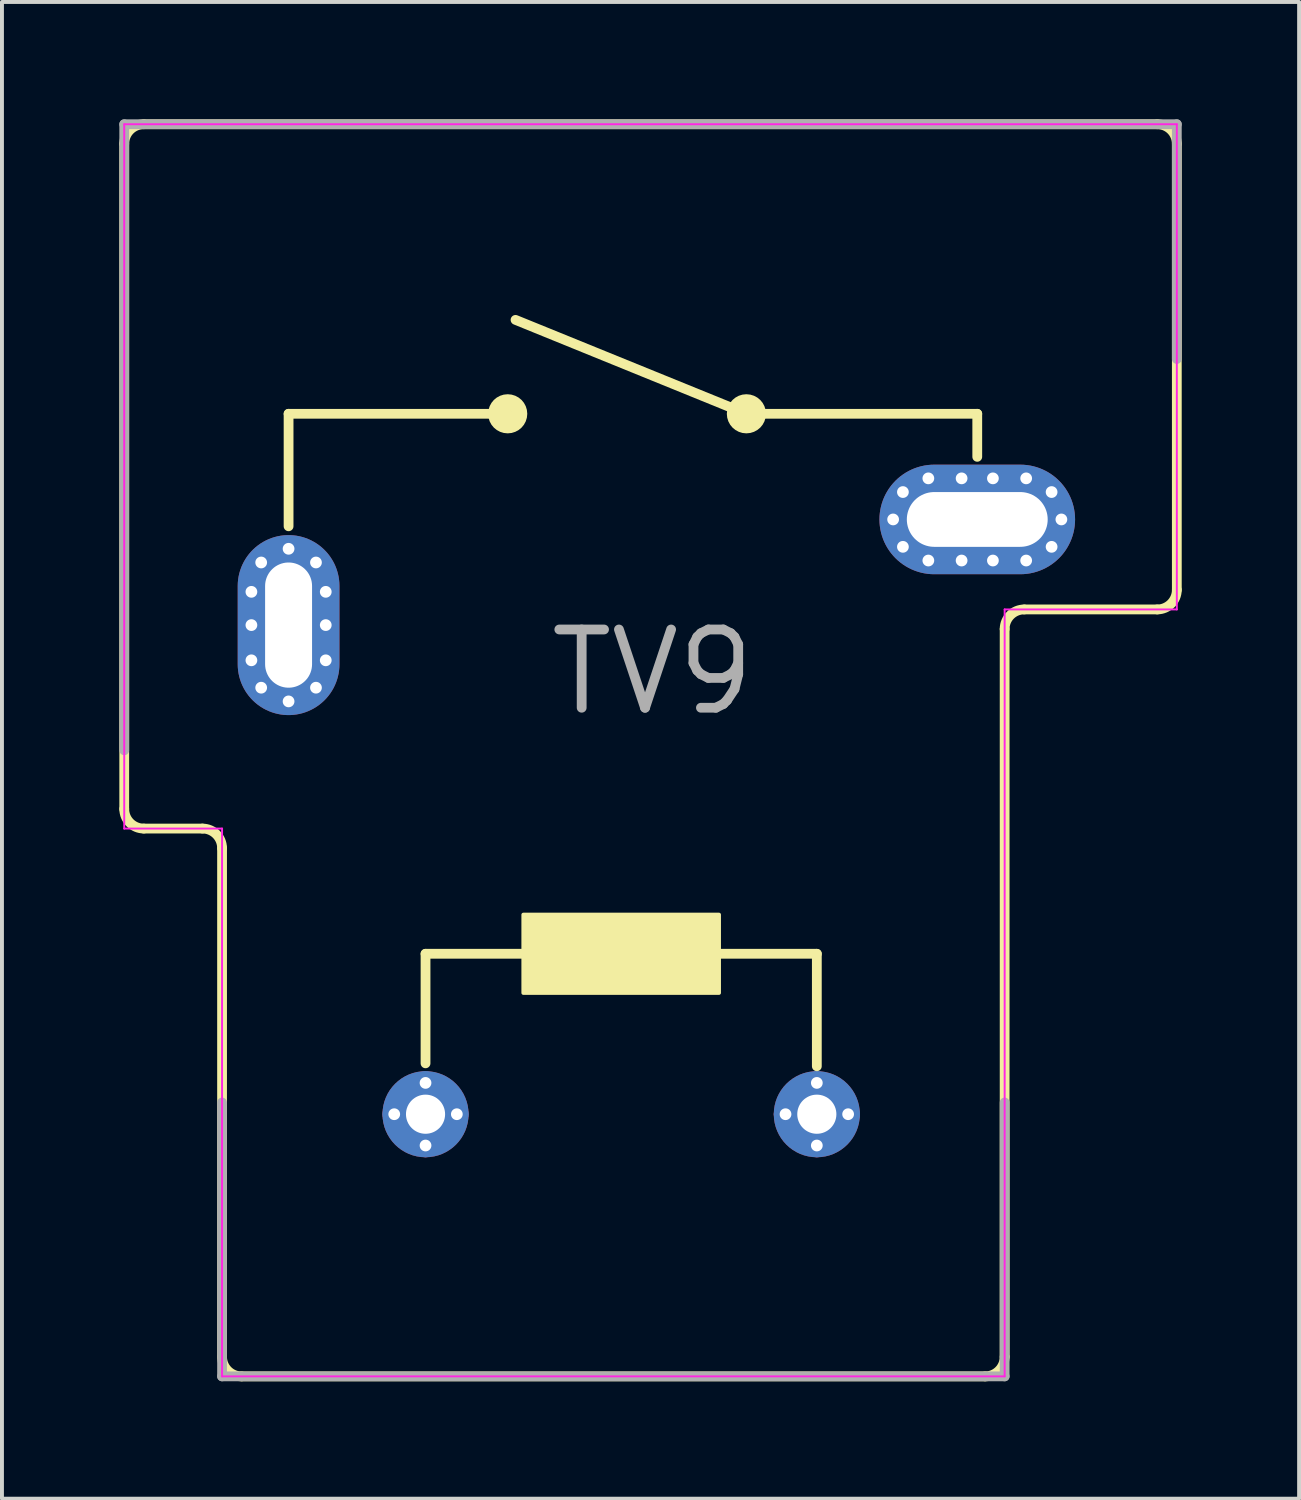
<source format=kicad_pcb>
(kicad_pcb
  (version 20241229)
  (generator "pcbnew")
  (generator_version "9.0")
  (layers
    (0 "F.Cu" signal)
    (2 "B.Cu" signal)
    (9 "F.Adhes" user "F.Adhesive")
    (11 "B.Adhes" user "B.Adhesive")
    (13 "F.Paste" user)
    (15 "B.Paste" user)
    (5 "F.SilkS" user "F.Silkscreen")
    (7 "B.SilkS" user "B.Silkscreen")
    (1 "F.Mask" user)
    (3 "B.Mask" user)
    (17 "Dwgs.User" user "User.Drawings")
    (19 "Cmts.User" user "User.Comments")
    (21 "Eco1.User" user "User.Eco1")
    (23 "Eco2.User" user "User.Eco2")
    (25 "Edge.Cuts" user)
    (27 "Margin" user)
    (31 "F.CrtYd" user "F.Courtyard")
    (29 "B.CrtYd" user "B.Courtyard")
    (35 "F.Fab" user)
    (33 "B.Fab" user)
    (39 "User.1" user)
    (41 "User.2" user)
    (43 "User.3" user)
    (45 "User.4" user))
  (footprint "TV9"
    (layer "F.Cu")
    (at 13.625 16.125)
    (property "Reference" "TV9" (at 0 -2 180) (layer "F.Fab") (effects (font (size 2 2) (thickness 0.25))))
    (attr through_hole)
    (fp_line (start -13.5 -15.5) (end -13.5 1.5) (stroke (width 0.25) (type default)) (layer "F.SilkS"))
    (fp_line (start -13 -16) (end 12.9 -16) (stroke (width 0.25) (type default)) (layer "F.SilkS"))
    (fp_line (start -13 2) (end -11.5 2) (stroke (width 0.25) (type default)) (layer "F.SilkS"))
    (fp_line (start -11 15.5) (end -11 2.5) (stroke (width 0.25) (type default)) (layer "F.SilkS"))
    (fp_line (start -10.5 16) (end 8.5 16) (stroke (width 0.25) (type default)) (layer "F.SilkS"))
    (fp_line (start -9.3 -8.6) (end -9.3 -5.725) (stroke (width 0.25) (type solid)) (layer "F.SilkS"))
    (fp_line (start -5.8 5.2) (end -5.8 8) (stroke (width 0.25) (type solid)) (layer "F.SilkS"))
    (fp_line (start -5.8 5.2) (end -3.3 5.2) (stroke (width 0.25) (type solid)) (layer "F.SilkS"))
    (fp_line (start -3.7 -8.6) (end -9.3 -8.6) (stroke (width 0.25) (type solid)) (layer "F.SilkS"))
    (fp_line (start 1.7 5.2) (end 4.2 5.2) (stroke (width 0.25) (type solid)) (layer "F.SilkS"))
    (fp_line (start 2.4 -8.6) (end -3.5 -11) (stroke (width 0.25) (type solid)) (layer "F.SilkS"))
    (fp_line (start 4.2 5.2) (end 4.2 8.075) (stroke (width 0.25) (type solid)) (layer "F.SilkS"))
    (fp_line (start 8.3 -8.6) (end 2.4 -8.6) (stroke (width 0.25) (type solid)) (layer "F.SilkS"))
    (fp_line (start 8.3 -8.6) (end 8.3 -7.5) (stroke (width 0.25) (type solid)) (layer "F.SilkS"))
    (fp_line (start 9 -3.1) (end 9 15.5) (stroke (width 0.25) (type default)) (layer "F.SilkS"))
    (fp_line (start 9.5 -3.6) (end 12.9 -3.6) (stroke (width 0.25) (type default)) (layer "F.SilkS"))
    (fp_line (start 13.4 -4.1) (end 13.4 -15.5) (stroke (width 0.25) (type default)) (layer "F.SilkS"))
    (fp_arc (start -13.5 -15.5) (mid -13.353553 -15.853553) (end -13 -16) (stroke (width 0.25) (type default)) (layer "F.SilkS"))
    (fp_arc (start -13 2) (mid -13.353553 1.853553) (end -13.5 1.5) (stroke (width 0.25) (type default)) (layer "F.SilkS"))
    (fp_arc (start -11.5 2) (mid -11.146447 2.146447) (end -11 2.5) (stroke (width 0.25) (type default)) (layer "F.SilkS"))
    (fp_arc (start -10.5 16) (mid -10.853553 15.853553) (end -11 15.5) (stroke (width 0.25) (type default)) (layer "F.SilkS"))
    (fp_arc (start 9 -3.1) (mid 9.146447 -3.453553) (end 9.5 -3.6) (stroke (width 0.25) (type default)) (layer "F.SilkS"))
    (fp_arc (start 9 15.5) (mid 8.853553 15.853553) (end 8.5 16) (stroke (width 0.25) (type default)) (layer "F.SilkS"))
    (fp_arc (start 12.9 -16) (mid 13.253553 -15.853553) (end 13.4 -15.5) (stroke (width 0.25) (type default)) (layer "F.SilkS"))
    (fp_arc (start 13.4 -4.1) (mid 13.253553 -3.746447) (end 12.9 -3.6) (stroke (width 0.25) (type default)) (layer "F.SilkS"))
    (fp_circle (center -3.7 -8.6) (end -3.4 -8.6) (stroke (width 0.4) (type solid)) (fill no) (layer "F.SilkS"))
    (fp_circle (center 2.4 -8.6) (end 2.7 -8.6) (stroke (width 0.4) (type solid)) (fill no) (layer "F.SilkS"))
    (fp_poly (pts (xy -3.3 4.2) (xy -3.3 6.2) (xy 1.7 6.2) (xy 1.7 4.2)) (stroke (width 0.1) (type solid)) (fill yes) (layer "F.SilkS"))
    (fp_line (start -13.5 2) (end -13.5 -16) (stroke (width 0.05) (type default)) (layer "F.CrtYd"))
    (fp_line (start -13.5 2) (end -11 2) (stroke (width 0.05) (type default)) (layer "F.CrtYd"))
    (fp_line (start -11 16) (end -11 2) (stroke (width 0.05) (type default)) (layer "F.CrtYd"))
    (fp_line (start 9 -3.6) (end 9 16) (stroke (width 0.05) (type default)) (layer "F.CrtYd"))
    (fp_line (start 9 16) (end -11 16) (stroke (width 0.05) (type default)) (layer "F.CrtYd"))
    (fp_line (start 13.4 -16) (end -13.5 -16) (stroke (width 0.05) (type default)) (layer "F.CrtYd"))
    (fp_line (start 13.4 -16) (end 13.4 -3.6) (stroke (width 0.05) (type default)) (layer "F.CrtYd"))
    (fp_line (start 13.4 -3.6) (end 9 -3.6) (stroke (width 0.05) (type default)) (layer "F.CrtYd"))
    (fp_line (start -13.5 -16) (end -13.5 0) (stroke (width 0.25) (type default)) (layer "F.Fab"))
    (fp_line (start -11 16) (end -11 9) (stroke (width 0.25) (type default)) (layer "F.Fab"))
    (fp_line (start -11 16) (end 9 16) (stroke (width 0.25) (type default)) (layer "F.Fab"))
    (fp_line (start 9 9) (end 9 16) (stroke (width 0.25) (type default)) (layer "F.Fab"))
    (fp_line (start 13.4 -16) (end -13.5 -16) (stroke (width 0.25) (type default)) (layer "F.Fab"))
    (fp_line (start 13.4 -10) (end 13.4 -16) (stroke (width 0.25) (type default)) (layer "F.Fab"))
    (pad "1" thru_hole circle (at -6.6 9.3) (size 0.6 0.6) (drill 0.3) (layers "*.Cu" "*.Mask"))
    (pad "1" thru_hole circle (at -5.8 8.5) (size 0.6 0.6) (drill 0.3) (layers "*.Cu" "*.Mask"))
    (pad "1" thru_hole circle (at -5.8 9.3) (size 2.2 2.2) (drill 1) (layers "*.Cu" "*.Mask"))
    (pad "1" thru_hole circle (at -5.8 10.1) (size 0.6 0.6) (drill 0.3) (layers "*.Cu" "*.Mask"))
    (pad "1" thru_hole circle (at -5 9.3) (size 0.6 0.6) (drill 0.3) (layers "*.Cu" "*.Mask"))
    (pad "2" thru_hole circle (at 3.4 9.3) (size 0.6 0.6) (drill 0.3) (layers "*.Cu" "*.Mask"))
    (pad "2" thru_hole circle (at 4.2 8.5) (size 0.6 0.6) (drill 0.3) (layers "*.Cu" "*.Mask"))
    (pad "2" thru_hole circle (at 4.2 9.3) (size 2.2 2.2) (drill 1) (layers "*.Cu" "*.Mask"))
    (pad "2" thru_hole circle (at 4.2 10.1) (size 0.6 0.6) (drill 0.3) (layers "*.Cu" "*.Mask"))
    (pad "2" thru_hole circle (at 5 9.3) (size 0.6 0.6) (drill 0.3) (layers "*.Cu" "*.Mask"))
    (pad "3" thru_hole circle (at 6.15 -5.9) (size 0.6 0.6) (drill 0.3) (layers "*.Cu" "*.Mask"))
    (pad "3" thru_hole circle (at 6.4 -6.6 180) (size 0.6 0.6) (drill 0.3) (layers "*.Cu" "*.Mask"))
    (pad "3" thru_hole circle (at 6.4 -5.2 180) (size 0.6 0.6) (drill 0.3) (layers "*.Cu" "*.Mask"))
    (pad "3" thru_hole circle (at 7.05 -6.95 180) (size 0.6 0.6) (drill 0.3) (layers "*.Cu" "*.Mask"))
    (pad "3" thru_hole circle (at 7.05 -4.85 180) (size 0.6 0.6) (drill 0.3) (layers "*.Cu" "*.Mask"))
    (pad "3" thru_hole circle (at 7.9 -6.95) (size 0.6 0.6) (drill 0.3) (layers "*.Cu" "*.Mask"))
    (pad "3" thru_hole circle (at 7.9 -4.85) (size 0.6 0.6) (drill 0.3) (layers "*.Cu" "*.Mask"))
    (pad "3" thru_hole oval (at 8.3 -5.9 180) (size 5 2.8) (drill oval 3.6 1.4) (layers "*.Cu" "*.Mask"))
    (pad "3" thru_hole circle (at 8.7 -6.95) (size 0.6 0.6) (drill 0.3) (layers "*.Cu" "*.Mask"))
    (pad "3" thru_hole circle (at 8.7 -4.85) (size 0.6 0.6) (drill 0.3) (layers "*.Cu" "*.Mask"))
    (pad "3" thru_hole circle (at 9.55 -6.95) (size 0.6 0.6) (drill 0.3) (layers "*.Cu" "*.Mask"))
    (pad "3" thru_hole circle (at 9.55 -4.85) (size 0.6 0.6) (drill 0.3) (layers "*.Cu" "*.Mask"))
    (pad "3" thru_hole circle (at 10.2 -6.6) (size 0.6 0.6) (drill 0.3) (layers "*.Cu" "*.Mask"))
    (pad "3" thru_hole circle (at 10.2 -5.2) (size 0.6 0.6) (drill 0.3) (layers "*.Cu" "*.Mask"))
    (pad "3" thru_hole circle (at 10.45 -5.9) (size 0.6 0.6) (drill 0.3) (layers "*.Cu" "*.Mask"))
    (pad "4" thru_hole circle (at -10.25 -4.05) (size 0.6 0.6) (drill 0.3) (layers "*.Cu" "*.Mask"))
    (pad "4" thru_hole circle (at -10.25 -3.2) (size 0.6 0.6) (drill 0.3) (layers "*.Cu" "*.Mask"))
    (pad "4" thru_hole circle (at -10.25 -2.3) (size 0.6 0.6) (drill 0.3) (layers "*.Cu" "*.Mask"))
    (pad "4" thru_hole circle (at -10 -4.8 180) (size 0.6 0.6) (drill 0.3) (layers "*.Cu" "*.Mask"))
    (pad "4" thru_hole circle (at -10 -1.6) (size 0.6 0.6) (drill 0.3) (layers "*.Cu" "*.Mask"))
    (pad "4" thru_hole circle (at -9.3 -5.15 180) (size 0.6 0.6) (drill 0.3) (layers "*.Cu" "*.Mask"))
    (pad "4" thru_hole oval (at -9.3 -3.2 90) (size 4.6 2.6) (drill oval 3.2 1.2) (layers "*.Cu" "*.Mask"))
    (pad "4" thru_hole circle (at -9.3 -1.25) (size 0.6 0.6) (drill 0.3) (layers "*.Cu" "*.Mask"))
    (pad "4" thru_hole circle (at -8.6 -4.8 180) (size 0.6 0.6) (drill 0.3) (layers "*.Cu" "*.Mask"))
    (pad "4" thru_hole circle (at -8.6 -1.6) (size 0.6 0.6) (drill 0.3) (layers "*.Cu" "*.Mask"))
    (pad "4" thru_hole circle (at -8.35 -4.05) (size 0.6 0.6) (drill 0.3) (layers "*.Cu" "*.Mask"))
    (pad "4" thru_hole circle (at -8.35 -3.2) (size 0.6 0.6) (drill 0.3) (layers "*.Cu" "*.Mask"))
    (pad "4" thru_hole circle (at -8.35 -2.3) (size 0.6 0.6) (drill 0.3) (layers "*.Cu" "*.Mask")))
  (gr_rect
    (start -3 -3)
    (end 30.15 35.25)
    (stroke (width 0.1) (type default))
    (fill no)
    (layer "Edge.Cuts")))
</source>
